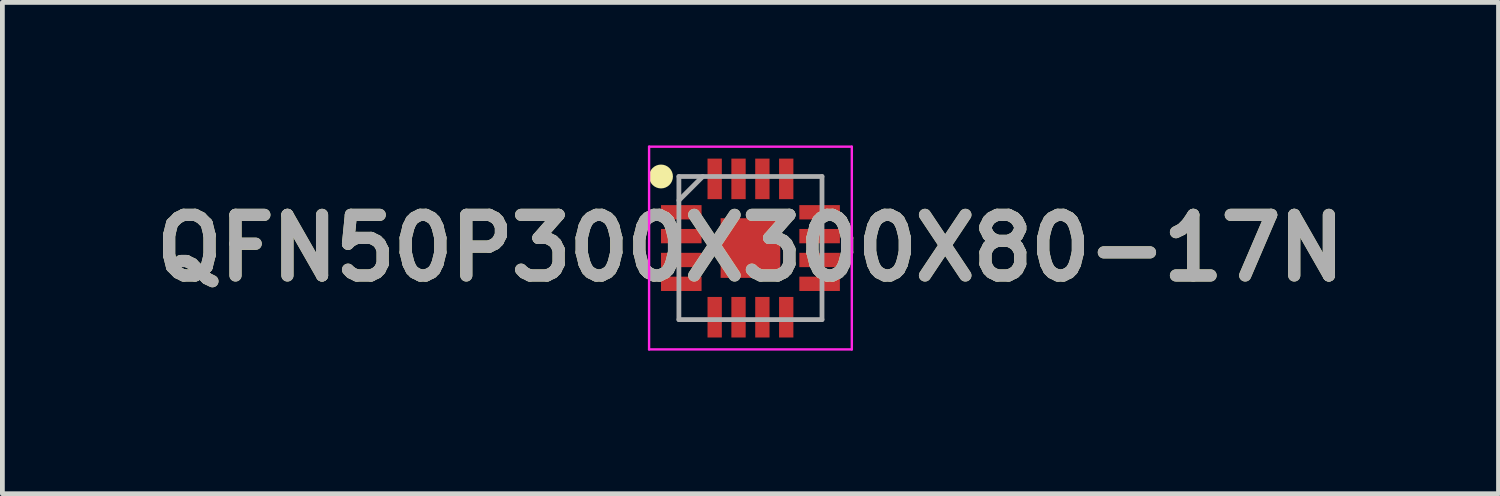
<source format=kicad_pcb>
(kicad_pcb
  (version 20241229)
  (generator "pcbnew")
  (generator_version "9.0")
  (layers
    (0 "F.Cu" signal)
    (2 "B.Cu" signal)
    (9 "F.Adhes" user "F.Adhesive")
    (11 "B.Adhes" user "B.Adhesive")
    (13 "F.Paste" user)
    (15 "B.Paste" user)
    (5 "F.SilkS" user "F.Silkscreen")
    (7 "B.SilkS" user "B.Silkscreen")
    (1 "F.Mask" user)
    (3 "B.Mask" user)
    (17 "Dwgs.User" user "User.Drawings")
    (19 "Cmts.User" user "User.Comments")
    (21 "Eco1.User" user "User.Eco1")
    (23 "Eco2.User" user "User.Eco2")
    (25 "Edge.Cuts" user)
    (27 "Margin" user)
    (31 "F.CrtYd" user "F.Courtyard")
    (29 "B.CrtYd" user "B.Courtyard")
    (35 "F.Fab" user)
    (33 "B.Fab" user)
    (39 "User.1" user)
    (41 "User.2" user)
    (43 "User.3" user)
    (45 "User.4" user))
  (footprint "QFN50P300X300X80-17N"
    (layer "F.Cu")
    (at 12.682 2.15)
    (property "Reference" "QFN50P300X300X80-17N" (at 0 0 0) (layer "F.SilkS") (effects (font (size 1.27 1.27) (thickness 0.254))))
    (attr smd)
    (fp_circle (center -1.875 -1.5) (end -1.875 -1.375) (stroke (width 0.25) (type solid)) (fill no) (layer "F.SilkS"))
    (fp_line (start -2.125 -2.125) (end 2.125 -2.125) (stroke (width 0.05) (type solid)) (layer "F.CrtYd"))
    (fp_line (start -2.125 2.125) (end -2.125 -2.125) (stroke (width 0.05) (type solid)) (layer "F.CrtYd"))
    (fp_line (start 2.125 -2.125) (end 2.125 2.125) (stroke (width 0.05) (type solid)) (layer "F.CrtYd"))
    (fp_line (start 2.125 2.125) (end -2.125 2.125) (stroke (width 0.05) (type solid)) (layer "F.CrtYd"))
    (fp_line (start -1.5 -1.5) (end 1.5 -1.5) (stroke (width 0.1) (type solid)) (layer "F.Fab"))
    (fp_line (start -1.5 -1) (end -1 -1.5) (stroke (width 0.1) (type solid)) (layer "F.Fab"))
    (fp_line (start -1.5 1.5) (end -1.5 -1.5) (stroke (width 0.1) (type solid)) (layer "F.Fab"))
    (fp_line (start 1.5 -1.5) (end 1.5 1.5) (stroke (width 0.1) (type solid)) (layer "F.Fab"))
    (fp_line (start 1.5 1.5) (end -1.5 1.5) (stroke (width 0.1) (type solid)) (layer "F.Fab"))
    (fp_text user "${REFERENCE}" (at 0 0 0) (layer "F.Fab") (effects (font (size 1.27 1.27) (thickness 0.254))))
    (pad "1" smd rect (at -1.45 -0.75 90) (size 0.3 0.85) (layers "F.Cu" "F.Mask" "F.Paste"))
    (pad "2" smd rect (at -1.45 -0.25 90) (size 0.3 0.85) (layers "F.Cu" "F.Mask" "F.Paste"))
    (pad "3" smd rect (at -1.45 0.25 90) (size 0.3 0.85) (layers "F.Cu" "F.Mask" "F.Paste"))
    (pad "4" smd rect (at -1.45 0.75 90) (size 0.3 0.85) (layers "F.Cu" "F.Mask" "F.Paste"))
    (pad "5" smd rect (at -0.75 1.45) (size 0.3 0.85) (layers "F.Cu" "F.Mask" "F.Paste"))
    (pad "6" smd rect (at -0.25 1.45) (size 0.3 0.85) (layers "F.Cu" "F.Mask" "F.Paste"))
    (pad "7" smd rect (at 0.25 1.45) (size 0.3 0.85) (layers "F.Cu" "F.Mask" "F.Paste"))
    (pad "8" smd rect (at 0.75 1.45) (size 0.3 0.85) (layers "F.Cu" "F.Mask" "F.Paste"))
    (pad "9" smd rect (at 1.45 0.75 90) (size 0.3 0.85) (layers "F.Cu" "F.Mask" "F.Paste"))
    (pad "10" smd rect (at 1.45 0.25 90) (size 0.3 0.85) (layers "F.Cu" "F.Mask" "F.Paste"))
    (pad "11" smd rect (at 1.45 -0.25 90) (size 0.3 0.85) (layers "F.Cu" "F.Mask" "F.Paste"))
    (pad "12" smd rect (at 1.45 -0.75 90) (size 0.3 0.85) (layers "F.Cu" "F.Mask" "F.Paste"))
    (pad "13" smd rect (at 0.75 -1.45) (size 0.3 0.85) (layers "F.Cu" "F.Mask" "F.Paste"))
    (pad "14" smd rect (at 0.25 -1.45) (size 0.3 0.85) (layers "F.Cu" "F.Mask" "F.Paste"))
    (pad "15" smd rect (at -0.25 -1.45) (size 0.3 0.85) (layers "F.Cu" "F.Mask" "F.Paste"))
    (pad "16" smd rect (at -0.75 -1.45) (size 0.3 0.85) (layers "F.Cu" "F.Mask" "F.Paste"))
    (pad "17" smd rect (at 0 0) (size 1.25 1.25) (layers "F.Cu" "F.Mask" "F.Paste")))
  (gr_rect
    (start -3 -3)
    (end 28.364 7.3)
    (stroke (width 0.1) (type default))
    (fill no)
    (layer "Edge.Cuts")))
</source>
